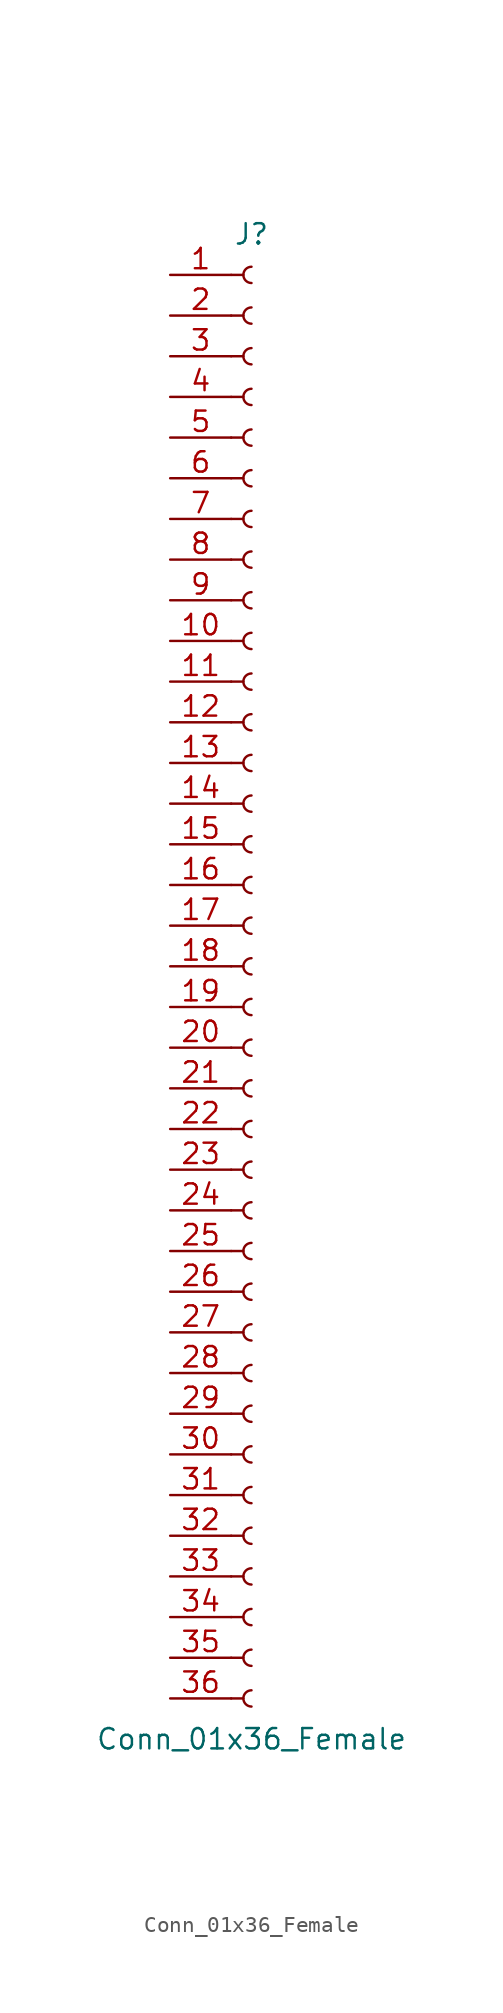
<source format=kicad_sym>
(kicad_symbol_lib
  (version 20220914)
  (generator kicad_symbol_editor)
  (symbol "Conn_01x36_Female"
    (pin_names
      (offset 1.016) hide)
    (property "Reference" "J"
      (at 0 45.72 0)
      (effects (font (size 1.27 1.27))))
    (property "Value" "Conn_01x36_Female"
      (at 0 -48.26 0)
      (effects (font (size 1.27 1.27))))
    (symbol "Conn_01x36_Female_1_1"
      (arc (start 0 -45.212) (mid -0.5058 -45.72) (end 0 -46.228) (stroke (width 0.1524) (type default)) (fill (type none)))
      (arc (start 0 -42.672) (mid -0.5058 -43.18) (end 0 -43.688) (stroke (width 0.1524) (type default)) (fill (type none)))
      (arc (start 0 -40.132) (mid -0.5058 -40.64) (end 0 -41.148) (stroke (width 0.1524) (type default)) (fill (type none)))
      (arc (start 0 -37.592) (mid -0.5058 -38.1) (end 0 -38.608) (stroke (width 0.1524) (type default)) (fill (type none)))
      (arc (start 0 -35.052) (mid -0.5058 -35.56) (end 0 -36.068) (stroke (width 0.1524) (type default)) (fill (type none)))
      (arc (start 0 -32.512) (mid -0.5058 -33.02) (end 0 -33.528) (stroke (width 0.1524) (type default)) (fill (type none)))
      (arc (start 0 -29.972) (mid -0.5058 -30.48) (end 0 -30.988) (stroke (width 0.1524) (type default)) (fill (type none)))
      (arc (start 0 -27.432) (mid -0.5058 -27.94) (end 0 -28.448) (stroke (width 0.1524) (type default)) (fill (type none)))
      (arc (start 0 -24.892) (mid -0.5058 -25.4) (end 0 -25.908) (stroke (width 0.1524) (type default)) (fill (type none)))
      (arc (start 0 -22.352) (mid -0.5058 -22.86) (end 0 -23.368) (stroke (width 0.1524) (type default)) (fill (type none)))
      (arc (start 0 -19.812) (mid -0.5058 -20.32) (end 0 -20.828) (stroke (width 0.1524) (type default)) (fill (type none)))
      (arc (start 0 -17.272) (mid -0.5058 -17.78) (end 0 -18.288) (stroke (width 0.1524) (type default)) (fill (type none)))
      (arc (start 0 -14.732) (mid -0.5058 -15.24) (end 0 -15.748) (stroke (width 0.1524) (type default)) (fill (type none)))
      (arc (start 0 -12.192) (mid -0.5058 -12.7) (end 0 -13.208) (stroke (width 0.1524) (type default)) (fill (type none)))
      (arc (start 0 -9.652) (mid -0.5058 -10.16) (end 0 -10.668) (stroke (width 0.1524) (type default)) (fill (type none)))
      (arc (start 0 -7.112) (mid -0.5058 -7.62) (end 0 -8.128) (stroke (width 0.1524) (type default)) (fill (type none)))
      (arc (start 0 -4.572) (mid -0.5058 -5.08) (end 0 -5.588) (stroke (width 0.1524) (type default)) (fill (type none)))
      (arc (start 0 -2.032) (mid -0.5058 -2.54) (end 0 -3.048) (stroke (width 0.1524) (type default)) (fill (type none)))
      (polyline (pts (xy -1.27 -45.72) (xy -0.508 -45.72)) (stroke (width 0.152) (type default)) (fill (type none)))
      (polyline (pts (xy -1.27 -43.18) (xy -0.508 -43.18)) (stroke (width 0.152) (type default)) (fill (type none)))
      (polyline (pts (xy -1.27 -40.64) (xy -0.508 -40.64)) (stroke (width 0.152) (type default)) (fill (type none)))
      (polyline (pts (xy -1.27 -38.1) (xy -0.508 -38.1)) (stroke (width 0.152) (type default)) (fill (type none)))
      (polyline (pts (xy -1.27 -35.56) (xy -0.508 -35.56)) (stroke (width 0.152) (type default)) (fill (type none)))
      (polyline (pts (xy -1.27 -33.02) (xy -0.508 -33.02)) (stroke (width 0.152) (type default)) (fill (type none)))
      (polyline (pts (xy -1.27 -30.48) (xy -0.508 -30.48)) (stroke (width 0.152) (type default)) (fill (type none)))
      (polyline (pts (xy -1.27 -27.94) (xy -0.508 -27.94)) (stroke (width 0.152) (type default)) (fill (type none)))
      (polyline (pts (xy -1.27 -25.4) (xy -0.508 -25.4)) (stroke (width 0.152) (type default)) (fill (type none)))
      (polyline (pts (xy -1.27 -22.86) (xy -0.508 -22.86)) (stroke (width 0.152) (type default)) (fill (type none)))
      (polyline (pts (xy -1.27 -20.32) (xy -0.508 -20.32)) (stroke (width 0.152) (type default)) (fill (type none)))
      (polyline (pts (xy -1.27 -17.78) (xy -0.508 -17.78)) (stroke (width 0.152) (type default)) (fill (type none)))
      (polyline (pts (xy -1.27 -15.24) (xy -0.508 -15.24)) (stroke (width 0.152) (type default)) (fill (type none)))
      (polyline (pts (xy -1.27 -12.7) (xy -0.508 -12.7)) (stroke (width 0.152) (type default)) (fill (type none)))
      (polyline (pts (xy -1.27 -10.16) (xy -0.508 -10.16)) (stroke (width 0.152) (type default)) (fill (type none)))
      (polyline (pts (xy -1.27 -7.62) (xy -0.508 -7.62)) (stroke (width 0.152) (type default)) (fill (type none)))
      (polyline (pts (xy -1.27 -5.08) (xy -0.508 -5.08)) (stroke (width 0.152) (type default)) (fill (type none)))
      (polyline (pts (xy -1.27 -2.54) (xy -0.508 -2.54)) (stroke (width 0.152) (type default)) (fill (type none)))
      (polyline (pts (xy -1.27 0) (xy -0.508 0)) (stroke (width 0.152) (type default)) (fill (type none)))
      (polyline (pts (xy -1.27 2.54) (xy -0.508 2.54)) (stroke (width 0.152) (type default)) (fill (type none)))
      (polyline (pts (xy -1.27 5.08) (xy -0.508 5.08)) (stroke (width 0.152) (type default)) (fill (type none)))
      (polyline (pts (xy -1.27 7.62) (xy -0.508 7.62)) (stroke (width 0.152) (type default)) (fill (type none)))
      (polyline (pts (xy -1.27 10.16) (xy -0.508 10.16)) (stroke (width 0.152) (type default)) (fill (type none)))
      (polyline (pts (xy -1.27 12.7) (xy -0.508 12.7)) (stroke (width 0.152) (type default)) (fill (type none)))
      (polyline (pts (xy -1.27 15.24) (xy -0.508 15.24)) (stroke (width 0.152) (type default)) (fill (type none)))
      (polyline (pts (xy -1.27 17.78) (xy -0.508 17.78)) (stroke (width 0.152) (type default)) (fill (type none)))
      (polyline (pts (xy -1.27 20.32) (xy -0.508 20.32)) (stroke (width 0.152) (type default)) (fill (type none)))
      (polyline (pts (xy -1.27 22.86) (xy -0.508 22.86)) (stroke (width 0.152) (type default)) (fill (type none)))
      (polyline (pts (xy -1.27 25.4) (xy -0.508 25.4)) (stroke (width 0.152) (type default)) (fill (type none)))
      (polyline (pts (xy -1.27 27.94) (xy -0.508 27.94)) (stroke (width 0.152) (type default)) (fill (type none)))
      (polyline (pts (xy -1.27 30.48) (xy -0.508 30.48)) (stroke (width 0.152) (type default)) (fill (type none)))
      (polyline (pts (xy -1.27 33.02) (xy -0.508 33.02)) (stroke (width 0.152) (type default)) (fill (type none)))
      (polyline (pts (xy -1.27 35.56) (xy -0.508 35.56)) (stroke (width 0.152) (type default)) (fill (type none)))
      (polyline (pts (xy -1.27 38.1) (xy -0.508 38.1)) (stroke (width 0.152) (type default)) (fill (type none)))
      (polyline (pts (xy -1.27 40.64) (xy -0.508 40.64)) (stroke (width 0.152) (type default)) (fill (type none)))
      (polyline (pts (xy -1.27 43.18) (xy -0.508 43.18)) (stroke (width 0.152) (type default)) (fill (type none)))
      (arc (start 0 0.508) (mid -0.5058 0) (end 0 -0.508) (stroke (width 0.1524) (type default)) (fill (type none)))
      (arc (start 0 3.048) (mid -0.5058 2.54) (end 0 2.032) (stroke (width 0.1524) (type default)) (fill (type none)))
      (arc (start 0 5.588) (mid -0.5058 5.08) (end 0 4.572) (stroke (width 0.1524) (type default)) (fill (type none)))
      (arc (start 0 8.128) (mid -0.5058 7.62) (end 0 7.112) (stroke (width 0.1524) (type default)) (fill (type none)))
      (arc (start 0 10.668) (mid -0.5058 10.16) (end 0 9.652) (stroke (width 0.1524) (type default)) (fill (type none)))
      (arc (start 0 13.208) (mid -0.5058 12.7) (end 0 12.192) (stroke (width 0.1524) (type default)) (fill (type none)))
      (arc (start 0 15.748) (mid -0.5058 15.24) (end 0 14.732) (stroke (width 0.1524) (type default)) (fill (type none)))
      (arc (start 0 18.288) (mid -0.5058 17.78) (end 0 17.272) (stroke (width 0.1524) (type default)) (fill (type none)))
      (arc (start 0 20.828) (mid -0.5058 20.32) (end 0 19.812) (stroke (width 0.1524) (type default)) (fill (type none)))
      (arc (start 0 23.368) (mid -0.5058 22.86) (end 0 22.352) (stroke (width 0.1524) (type default)) (fill (type none)))
      (arc (start 0 25.908) (mid -0.5058 25.4) (end 0 24.892) (stroke (width 0.1524) (type default)) (fill (type none)))
      (arc (start 0 28.448) (mid -0.5058 27.94) (end 0 27.432) (stroke (width 0.1524) (type default)) (fill (type none)))
      (arc (start 0 30.988) (mid -0.5058 30.48) (end 0 29.972) (stroke (width 0.1524) (type default)) (fill (type none)))
      (arc (start 0 33.528) (mid -0.5058 33.02) (end 0 32.512) (stroke (width 0.1524) (type default)) (fill (type none)))
      (arc (start 0 36.068) (mid -0.5058 35.56) (end 0 35.052) (stroke (width 0.1524) (type default)) (fill (type none)))
      (arc (start 0 38.608) (mid -0.5058 38.1) (end 0 37.592) (stroke (width 0.1524) (type default)) (fill (type none)))
      (arc (start 0 41.148) (mid -0.5058 40.64) (end 0 40.132) (stroke (width 0.1524) (type default)) (fill (type none)))
      (arc (start 0 43.688) (mid -0.5058 43.18) (end 0 42.672) (stroke (width 0.1524) (type default)) (fill (type none)))
      (pin passive line (at -5.08 43.18 0) (length 3.81) (name "Pin_1" (effects (font (size 1.27 1.27)))) (number "1" (effects (font (size 1.27 1.27)))))
      (pin passive line (at -5.08 20.32 0) (length 3.81) (name "Pin_10" (effects (font (size 1.27 1.27)))) (number "10" (effects (font (size 1.27 1.27)))))
      (pin passive line (at -5.08 17.78 0) (length 3.81) (name "Pin_11" (effects (font (size 1.27 1.27)))) (number "11" (effects (font (size 1.27 1.27)))))
      (pin passive line (at -5.08 15.24 0) (length 3.81) (name "Pin_12" (effects (font (size 1.27 1.27)))) (number "12" (effects (font (size 1.27 1.27)))))
      (pin passive line (at -5.08 12.7 0) (length 3.81) (name "Pin_13" (effects (font (size 1.27 1.27)))) (number "13" (effects (font (size 1.27 1.27)))))
      (pin passive line (at -5.08 10.16 0) (length 3.81) (name "Pin_14" (effects (font (size 1.27 1.27)))) (number "14" (effects (font (size 1.27 1.27)))))
      (pin passive line (at -5.08 7.62 0) (length 3.81) (name "Pin_15" (effects (font (size 1.27 1.27)))) (number "15" (effects (font (size 1.27 1.27)))))
      (pin passive line (at -5.08 5.08 0) (length 3.81) (name "Pin_16" (effects (font (size 1.27 1.27)))) (number "16" (effects (font (size 1.27 1.27)))))
      (pin passive line (at -5.08 2.54 0) (length 3.81) (name "Pin_17" (effects (font (size 1.27 1.27)))) (number "17" (effects (font (size 1.27 1.27)))))
      (pin passive line (at -5.08 0 0) (length 3.81) (name "Pin_18" (effects (font (size 1.27 1.27)))) (number "18" (effects (font (size 1.27 1.27)))))
      (pin passive line (at -5.08 -2.54 0) (length 3.81) (name "Pin_19" (effects (font (size 1.27 1.27)))) (number "19" (effects (font (size 1.27 1.27)))))
      (pin passive line (at -5.08 40.64 0) (length 3.81) (name "Pin_2" (effects (font (size 1.27 1.27)))) (number "2" (effects (font (size 1.27 1.27)))))
      (pin passive line (at -5.08 -5.08 0) (length 3.81) (name "Pin_20" (effects (font (size 1.27 1.27)))) (number "20" (effects (font (size 1.27 1.27)))))
      (pin passive line (at -5.08 -7.62 0) (length 3.81) (name "Pin_21" (effects (font (size 1.27 1.27)))) (number "21" (effects (font (size 1.27 1.27)))))
      (pin passive line (at -5.08 -10.16 0) (length 3.81) (name "Pin_22" (effects (font (size 1.27 1.27)))) (number "22" (effects (font (size 1.27 1.27)))))
      (pin passive line (at -5.08 -12.7 0) (length 3.81) (name "Pin_23" (effects (font (size 1.27 1.27)))) (number "23" (effects (font (size 1.27 1.27)))))
      (pin passive line (at -5.08 -15.24 0) (length 3.81) (name "Pin_24" (effects (font (size 1.27 1.27)))) (number "24" (effects (font (size 1.27 1.27)))))
      (pin passive line (at -5.08 -17.78 0) (length 3.81) (name "Pin_25" (effects (font (size 1.27 1.27)))) (number "25" (effects (font (size 1.27 1.27)))))
      (pin passive line (at -5.08 -20.32 0) (length 3.81) (name "Pin_26" (effects (font (size 1.27 1.27)))) (number "26" (effects (font (size 1.27 1.27)))))
      (pin passive line (at -5.08 -22.86 0) (length 3.81) (name "Pin_27" (effects (font (size 1.27 1.27)))) (number "27" (effects (font (size 1.27 1.27)))))
      (pin passive line (at -5.08 -25.4 0) (length 3.81) (name "Pin_28" (effects (font (size 1.27 1.27)))) (number "28" (effects (font (size 1.27 1.27)))))
      (pin passive line (at -5.08 -27.94 0) (length 3.81) (name "Pin_29" (effects (font (size 1.27 1.27)))) (number "29" (effects (font (size 1.27 1.27)))))
      (pin passive line (at -5.08 38.1 0) (length 3.81) (name "Pin_3" (effects (font (size 1.27 1.27)))) (number "3" (effects (font (size 1.27 1.27)))))
      (pin passive line (at -5.08 -30.48 0) (length 3.81) (name "Pin_30" (effects (font (size 1.27 1.27)))) (number "30" (effects (font (size 1.27 1.27)))))
      (pin passive line (at -5.08 -33.02 0) (length 3.81) (name "Pin_31" (effects (font (size 1.27 1.27)))) (number "31" (effects (font (size 1.27 1.27)))))
      (pin passive line (at -5.08 -35.56 0) (length 3.81) (name "Pin_32" (effects (font (size 1.27 1.27)))) (number "32" (effects (font (size 1.27 1.27)))))
      (pin passive line (at -5.08 -38.1 0) (length 3.81) (name "Pin_33" (effects (font (size 1.27 1.27)))) (number "33" (effects (font (size 1.27 1.27)))))
      (pin passive line (at -5.08 -40.64 0) (length 3.81) (name "Pin_34" (effects (font (size 1.27 1.27)))) (number "34" (effects (font (size 1.27 1.27)))))
      (pin passive line (at -5.08 -43.18 0) (length 3.81) (name "Pin_35" (effects (font (size 1.27 1.27)))) (number "35" (effects (font (size 1.27 1.27)))))
      (pin passive line (at -5.08 -45.72 0) (length 3.81) (name "Pin_36" (effects (font (size 1.27 1.27)))) (number "36" (effects (font (size 1.27 1.27)))))
      (pin passive line (at -5.08 35.56 0) (length 3.81) (name "Pin_4" (effects (font (size 1.27 1.27)))) (number "4" (effects (font (size 1.27 1.27)))))
      (pin passive line (at -5.08 33.02 0) (length 3.81) (name "Pin_5" (effects (font (size 1.27 1.27)))) (number "5" (effects (font (size 1.27 1.27)))))
      (pin passive line (at -5.08 30.48 0) (length 3.81) (name "Pin_6" (effects (font (size 1.27 1.27)))) (number "6" (effects (font (size 1.27 1.27)))))
      (pin passive line (at -5.08 27.94 0) (length 3.81) (name "Pin_7" (effects (font (size 1.27 1.27)))) (number "7" (effects (font (size 1.27 1.27)))))
      (pin passive line (at -5.08 25.4 0) (length 3.81) (name "Pin_8" (effects (font (size 1.27 1.27)))) (number "8" (effects (font (size 1.27 1.27)))))
      (pin passive line (at -5.08 22.86 0) (length 3.81) (name "Pin_9" (effects (font (size 1.27 1.27)))) (number "9" (effects (font (size 1.27 1.27))))))))
</source>
